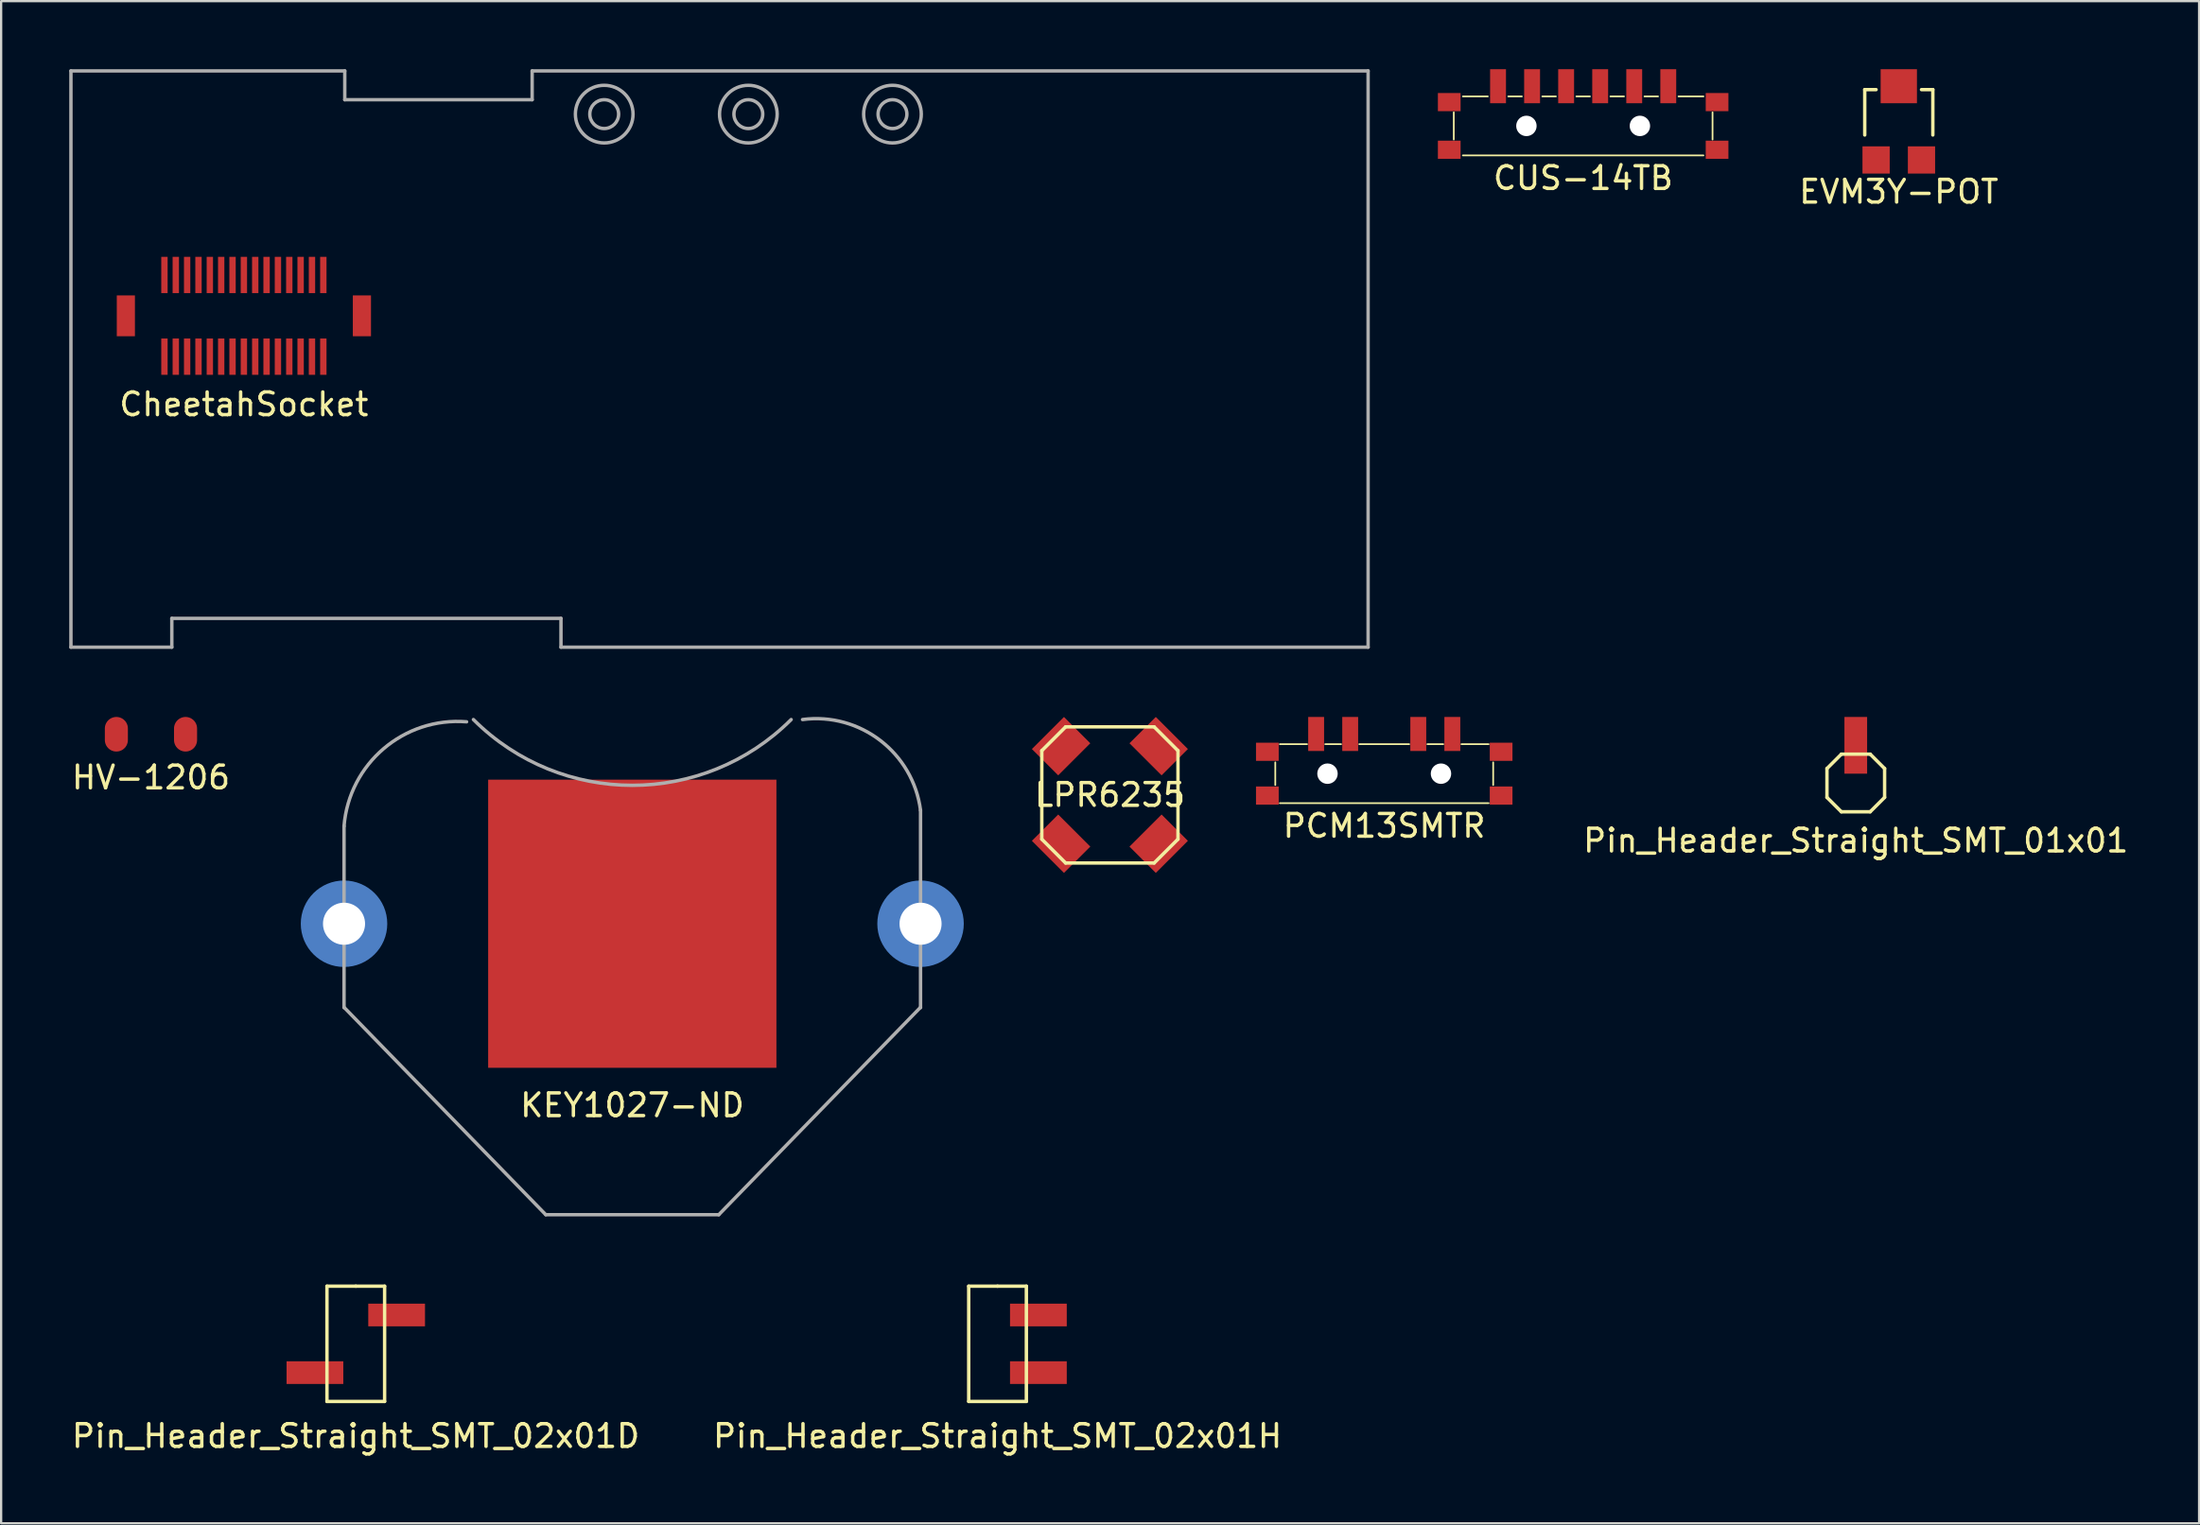
<source format=kicad_pcb>
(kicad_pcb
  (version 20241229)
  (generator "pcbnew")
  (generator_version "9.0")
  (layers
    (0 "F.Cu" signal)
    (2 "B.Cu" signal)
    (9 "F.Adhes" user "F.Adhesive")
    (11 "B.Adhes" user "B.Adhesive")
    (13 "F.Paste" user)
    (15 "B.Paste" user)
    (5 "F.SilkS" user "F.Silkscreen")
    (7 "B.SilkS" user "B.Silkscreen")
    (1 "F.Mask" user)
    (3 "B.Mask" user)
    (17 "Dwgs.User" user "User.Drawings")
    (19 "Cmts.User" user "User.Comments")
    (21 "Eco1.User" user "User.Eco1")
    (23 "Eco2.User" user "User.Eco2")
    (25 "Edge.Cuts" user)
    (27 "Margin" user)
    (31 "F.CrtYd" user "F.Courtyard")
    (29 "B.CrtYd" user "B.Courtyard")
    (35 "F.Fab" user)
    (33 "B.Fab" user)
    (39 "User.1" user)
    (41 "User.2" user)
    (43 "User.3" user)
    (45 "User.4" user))
  (footprint "Pin_Header_Straight_SMT_02x01D"
    (layer "F.Cu")
    (at 12.625 56.179)
    (property "Reference" "Pin_Header_Straight_SMT_02x01D" (at 0 4.064 0) (layer "F.SilkS") (effects (font (size 1 1) (thickness 0.15))))
    (attr smd)
    (fp_line (start -1.27 -2.54) (end -1.27 2.54) (stroke (width 0.15) (type solid)) (layer "F.SilkS"))
    (fp_line (start -1.27 2.54) (end 1.27 2.54) (stroke (width 0.15) (type solid)) (layer "F.SilkS"))
    (fp_line (start 0 -2.54) (end -1.27 -2.54) (stroke (width 0.15) (type solid)) (layer "F.SilkS"))
    (fp_line (start 1.27 -2.54) (end 0 -2.54) (stroke (width 0.15) (type solid)) (layer "F.SilkS"))
    (fp_line (start 1.27 2.54) (end 1.27 -2.54) (stroke (width 0.15) (type solid)) (layer "F.SilkS"))
    (pad "1" smd rect (at 1.8 -1.27) (size 2.5 1) (layers "F.Cu" "F.Mask" "F.Paste"))
    (pad "2" smd rect (at -1.8 1.27) (size 2.5 1) (layers "F.Cu" "F.Mask" "F.Paste")))
  (footprint "Pin_Header_Straight_SMT_01x01"
    (layer "F.Cu")
    (at 78.711 31.46)
    (property "Reference" "Pin_Header_Straight_SMT_01x01" (at 0 2.54 0) (layer "F.SilkS") (effects (font (size 1 1) (thickness 0.15))))
    (attr smd)
    (fp_line (start -1.27 0.635) (end -1.27 -0.635) (stroke (width 0.15) (type solid)) (layer "F.SilkS"))
    (fp_line (start -1.27 0.635) (end -0.635 1.27) (stroke (width 0.15) (type solid)) (layer "F.SilkS"))
    (fp_line (start -0.635 -1.27) (end -1.27 -0.635) (stroke (width 0.15) (type solid)) (layer "F.SilkS"))
    (fp_line (start -0.635 1.27) (end 0.635 1.27) (stroke (width 0.15) (type solid)) (layer "F.SilkS"))
    (fp_line (start 0.635 -1.27) (end -0.635 -1.27) (stroke (width 0.15) (type solid)) (layer "F.SilkS"))
    (fp_line (start 0.635 1.27) (end 1.27 0.635) (stroke (width 0.15) (type solid)) (layer "F.SilkS"))
    (fp_line (start 1.27 -0.635) (end 0.635 -1.27) (stroke (width 0.15) (type solid)) (layer "F.SilkS"))
    (fp_line (start 1.27 -0.635) (end 1.27 0.635) (stroke (width 0.15) (type solid)) (layer "F.SilkS"))
    (pad "1" smd rect (at 0 -1.66) (size 1 2.5) (layers "F.Cu" "F.Mask" "F.Paste")))
  (footprint "PCM13SMTR"
    (layer "F.Cu")
    (at 57.936 31.05)
    (property "Reference" "PCM13SMTR" (at 0 2.3 0) (layer "F.SilkS") (effects (font (size 1 1) (thickness 0.15))))
    (attr through_hole)
    (fp_line (start -4.8 0.5) (end -4.8 -0.5) (stroke (width 0.075) (type solid)) (layer "F.SilkS"))
    (fp_line (start -4.6 -1.3) (end -3.4 -1.3) (stroke (width 0.075) (type solid)) (layer "F.SilkS"))
    (fp_line (start -2.6 -1.3) (end -1.9 -1.3) (stroke (width 0.075) (type solid)) (layer "F.SilkS"))
    (fp_line (start 1.1 -1.3) (end -1.1 -1.3) (stroke (width 0.075) (type solid)) (layer "F.SilkS"))
    (fp_line (start 2.6 -1.3) (end 1.9 -1.3) (stroke (width 0.075) (type solid)) (layer "F.SilkS"))
    (fp_line (start 3.4 -1.3) (end 4.6 -1.3) (stroke (width 0.075) (type solid)) (layer "F.SilkS"))
    (fp_line (start 4.6 1.3) (end -4.6 1.3) (stroke (width 0.075) (type solid)) (layer "F.SilkS"))
    (fp_line (start 4.8 -0.5) (end 4.8 0.5) (stroke (width 0.075) (type solid)) (layer "F.SilkS"))
    (pad "" smd rect (at -5.15 -0.965) (size 1 0.8) (layers "F.Cu" "F.Mask" "F.Paste"))
    (pad "" smd rect (at -5.15 0.965) (size 1 0.8) (layers "F.Cu" "F.Mask" "F.Paste"))
    (pad "" np_thru_hole circle (at -2.5 0) (size 0.9 0.9) (drill 0.9) (layers "*.Cu" "*.Mask"))
    (pad "" np_thru_hole circle (at 2.5 0) (size 0.9 0.9) (drill 0.9) (layers "*.Cu" "*.Mask"))
    (pad "" smd rect (at 5.15 -0.965) (size 1 0.8) (layers "F.Cu" "F.Mask" "F.Paste"))
    (pad "" smd rect (at 5.15 0.965) (size 1 0.8) (layers "F.Cu" "F.Mask" "F.Paste"))
    (pad "1" smd rect (at -3 -1.75) (size 0.7 1.5) (layers "F.Cu" "F.Mask" "F.Paste"))
    (pad "2" smd rect (at -1.5 -1.75) (size 0.7 1.5) (layers "F.Cu" "F.Mask" "F.Paste"))
    (pad "3" smd rect (at 1.5 -1.75) (size 0.7 1.5) (layers "F.Cu" "F.Mask" "F.Paste"))
    (pad "4" smd rect (at 3 -1.75) (size 0.7 1.5) (layers "F.Cu" "F.Mask" "F.Paste")))
  (footprint "CheetahSocket"
    (layer "F.Cu")
    (at 7.695 10.87)
    (property "Reference" "CheetahSocket" (at 0 3.9 0) (layer "F.SilkS") (effects (font (size 1 1) (thickness 0.15))))
    (attr through_hole)
    (fp_line (start -7.62 14.605) (end -7.62 -10.795) (stroke (width 0.15) (type solid)) (layer "F.Fab"))
    (fp_line (start -3.175 13.335) (end 13.97 13.335) (stroke (width 0.15) (type solid)) (layer "F.Fab"))
    (fp_line (start -3.175 14.605) (end -7.62 14.605) (stroke (width 0.15) (type solid)) (layer "F.Fab"))
    (fp_line (start -3.175 14.605) (end -3.175 13.335) (stroke (width 0.15) (type solid)) (layer "F.Fab"))
    (fp_line (start 4.445 -10.795) (end -7.62 -10.795) (stroke (width 0.15) (type solid)) (layer "F.Fab"))
    (fp_line (start 4.445 -10.795) (end 4.445 -9.525) (stroke (width 0.15) (type solid)) (layer "F.Fab"))
    (fp_line (start 4.445 -9.525) (end 12.7 -9.525) (stroke (width 0.15) (type solid)) (layer "F.Fab"))
    (fp_line (start 12.7 -10.795) (end 49.53 -10.795) (stroke (width 0.15) (type solid)) (layer "F.Fab"))
    (fp_line (start 12.7 -9.525) (end 12.7 -10.795) (stroke (width 0.15) (type solid)) (layer "F.Fab"))
    (fp_line (start 13.97 13.335) (end 13.97 14.605) (stroke (width 0.15) (type solid)) (layer "F.Fab"))
    (fp_line (start 13.97 14.605) (end 49.53 14.605) (stroke (width 0.15) (type solid)) (layer "F.Fab"))
    (fp_line (start 49.53 -10.795) (end 49.53 14.605) (stroke (width 0.15) (type solid)) (layer "F.Fab"))
    (fp_circle (center 15.875 -8.89) (end 15.875 -8.255) (stroke (width 0.15) (type solid)) (fill no) (layer "F.Fab"))
    (fp_circle (center 15.875 -8.89) (end 15.875 -7.62) (stroke (width 0.15) (type solid)) (fill no) (layer "F.Fab"))
    (fp_circle (center 22.225 -8.89) (end 22.225 -8.255) (stroke (width 0.15) (type solid)) (fill no) (layer "F.Fab"))
    (fp_circle (center 22.225 -8.89) (end 22.225 -7.62) (stroke (width 0.15) (type solid)) (fill no) (layer "F.Fab"))
    (fp_circle (center 28.575 -8.89) (end 28.575 -8.255) (stroke (width 0.15) (type solid)) (fill no) (layer "F.Fab"))
    (fp_circle (center 28.575 -8.89) (end 28.575 -7.62) (stroke (width 0.15) (type solid)) (fill no) (layer "F.Fab"))
    (pad "" smd rect (at -5.2 0) (size 0.8 1.8) (layers "F.Cu" "F.Mask" "F.Paste"))
    (pad "" smd rect (at 5.2 0) (size 0.8 1.8) (layers "F.Cu" "F.Mask" "F.Paste"))
    (pad "1" smd rect (at -3.5 1.8) (size 0.28 1.6) (layers "F.Cu" "F.Mask" "F.Paste"))
    (pad "2" smd rect (at -3.5 -1.8) (size 0.28 1.6) (layers "F.Cu" "F.Mask" "F.Paste"))
    (pad "3" smd rect (at -3 1.8) (size 0.28 1.6) (layers "F.Cu" "F.Mask" "F.Paste"))
    (pad "4" smd rect (at -3 -1.8) (size 0.28 1.6) (layers "F.Cu" "F.Mask" "F.Paste"))
    (pad "5" smd rect (at -2.5 1.8) (size 0.28 1.6) (layers "F.Cu" "F.Mask" "F.Paste"))
    (pad "6" smd rect (at -2.5 -1.8) (size 0.28 1.6) (layers "F.Cu" "F.Mask" "F.Paste"))
    (pad "7" smd rect (at -2 1.8) (size 0.28 1.6) (layers "F.Cu" "F.Mask" "F.Paste"))
    (pad "8" smd rect (at -2 -1.8) (size 0.28 1.6) (layers "F.Cu" "F.Mask" "F.Paste"))
    (pad "9" smd rect (at -1.5 1.8) (size 0.28 1.6) (layers "F.Cu" "F.Mask" "F.Paste"))
    (pad "10" smd rect (at -1.5 -1.8) (size 0.28 1.6) (layers "F.Cu" "F.Mask" "F.Paste"))
    (pad "11" smd rect (at -1 1.8) (size 0.28 1.6) (layers "F.Cu" "F.Mask" "F.Paste"))
    (pad "12" smd rect (at -1 -1.8) (size 0.28 1.6) (layers "F.Cu" "F.Mask" "F.Paste"))
    (pad "13" smd rect (at -0.5 1.8) (size 0.28 1.6) (layers "F.Cu" "F.Mask" "F.Paste"))
    (pad "14" smd rect (at -0.5 -1.8) (size 0.28 1.6) (layers "F.Cu" "F.Mask" "F.Paste"))
    (pad "15" smd rect (at 0 1.8) (size 0.28 1.6) (layers "F.Cu" "F.Mask" "F.Paste"))
    (pad "16" smd rect (at 0 -1.8) (size 0.28 1.6) (layers "F.Cu" "F.Mask" "F.Paste"))
    (pad "17" smd rect (at 0.5 1.8) (size 0.28 1.6) (layers "F.Cu" "F.Mask" "F.Paste"))
    (pad "18" smd rect (at 0.5 -1.8) (size 0.28 1.6) (layers "F.Cu" "F.Mask" "F.Paste"))
    (pad "19" smd rect (at 1 1.8) (size 0.28 1.6) (layers "F.Cu" "F.Mask" "F.Paste"))
    (pad "20" smd rect (at 1 -1.8) (size 0.28 1.6) (layers "F.Cu" "F.Mask" "F.Paste"))
    (pad "21" smd rect (at 1.5 1.8) (size 0.28 1.6) (layers "F.Cu" "F.Mask" "F.Paste"))
    (pad "22" smd rect (at 1.5 -1.8) (size 0.28 1.6) (layers "F.Cu" "F.Mask" "F.Paste"))
    (pad "23" smd rect (at 2 1.8) (size 0.28 1.6) (layers "F.Cu" "F.Mask" "F.Paste"))
    (pad "24" smd rect (at 2 -1.8) (size 0.28 1.6) (layers "F.Cu" "F.Mask" "F.Paste"))
    (pad "25" smd rect (at 2.5 1.8) (size 0.28 1.6) (layers "F.Cu" "F.Mask" "F.Paste"))
    (pad "26" smd rect (at 2.5 -1.8) (size 0.28 1.6) (layers "F.Cu" "F.Mask" "F.Paste"))
    (pad "27" smd rect (at 3 1.8) (size 0.28 1.6) (layers "F.Cu" "F.Mask" "F.Paste"))
    (pad "28" smd rect (at 3 -1.8) (size 0.28 1.6) (layers "F.Cu" "F.Mask" "F.Paste"))
    (pad "29" smd rect (at 3.5 1.8) (size 0.28 1.6) (layers "F.Cu" "F.Mask" "F.Paste"))
    (pad "30" smd rect (at 3.5 -1.8) (size 0.28 1.6) (layers "F.Cu" "F.Mask" "F.Paste")))
  (footprint "Pin_Header_Straight_SMT_02x01H"
    (layer "F.Cu")
    (at 40.899 56.179)
    (property "Reference" "Pin_Header_Straight_SMT_02x01H" (at 0 4.064 0) (layer "F.SilkS") (effects (font (size 1 1) (thickness 0.15))))
    (attr smd)
    (fp_line (start -1.27 -2.54) (end -1.27 2.54) (stroke (width 0.15) (type solid)) (layer "F.SilkS"))
    (fp_line (start -1.27 2.54) (end 1.27 2.54) (stroke (width 0.15) (type solid)) (layer "F.SilkS"))
    (fp_line (start 0 -2.54) (end -1.27 -2.54) (stroke (width 0.15) (type solid)) (layer "F.SilkS"))
    (fp_line (start 1.27 -2.54) (end 0 -2.54) (stroke (width 0.15) (type solid)) (layer "F.SilkS"))
    (fp_line (start 1.27 2.54) (end 1.27 -2.54) (stroke (width 0.15) (type solid)) (layer "F.SilkS"))
    (pad "1" smd rect (at 1.8 -1.27) (size 2.5 1) (layers "F.Cu" "F.Mask" "F.Paste"))
    (pad "2" smd rect (at 1.8 1.27) (size 2.5 1) (layers "F.Cu" "F.Mask" "F.Paste")))
  (footprint "EVM3Y-POT"
    (layer "F.Cu")
    (at 80.606 2.4)
    (property "Reference" "EVM3Y-POT" (at 0 3 0) (layer "F.SilkS") (effects (font (size 1 1) (thickness 0.15))))
    (attr through_hole)
    (fp_line (start -1.5 -1.5) (end -1 -1.5) (stroke (width 0.15) (type solid)) (layer "F.SilkS"))
    (fp_line (start -1.5 0.5) (end -1.5 -1.5) (stroke (width 0.15) (type solid)) (layer "F.SilkS"))
    (fp_line (start 1 -1.5) (end 1.5 -1.5) (stroke (width 0.15) (type solid)) (layer "F.SilkS"))
    (fp_line (start 1.5 -1.5) (end 1.5 0.5) (stroke (width 0.15) (type solid)) (layer "F.SilkS"))
    (pad "1" smd rect (at -1 1.6) (size 1.2 1.2) (layers "F.Cu" "F.Mask" "F.Paste"))
    (pad "2" smd rect (at 0 -1.65) (size 1.6 1.5) (layers "F.Cu" "F.Mask" "F.Paste"))
    (pad "3" smd rect (at 1 1.6) (size 1.2 1.2) (layers "F.Cu" "F.Mask" "F.Paste")))
  (footprint "HV-1206"
    (layer "F.Cu")
    (at 3.601 29.312)
    (property "Reference" "HV-1206" (at 0 1.905 0) (layer "F.SilkS") (effects (font (size 1 1) (thickness 0.15))))
    (attr through_hole)
    (pad "1" smd oval (at -1.524 0) (size 1.016 1.524) (layers "F.Cu" "F.Mask" "F.Paste"))
    (pad "2" smd oval (at 1.524 0) (size 1.016 1.524) (layers "F.Cu" "F.Mask" "F.Paste")))
  (footprint "CUS-14TB"
    (layer "F.Cu")
    (at 66.7 2.5)
    (property "Reference" "CUS-14TB" (at 0 2.3 0) (layer "F.SilkS") (effects (font (size 1 1) (thickness 0.15))))
    (attr through_hole)
    (fp_line (start -5.7 0.6) (end -5.7 -0.6) (stroke (width 0.075) (type solid)) (layer "F.SilkS"))
    (fp_line (start -5.3 -1.3) (end -4.2 -1.3) (stroke (width 0.075) (type solid)) (layer "F.SilkS"))
    (fp_line (start -5.3 1.3) (end 5.3 1.3) (stroke (width 0.075) (type solid)) (layer "F.SilkS"))
    (fp_line (start -3.3 -1.3) (end -2.7 -1.3) (stroke (width 0.075) (type solid)) (layer "F.SilkS"))
    (fp_line (start -1.8 -1.3) (end -1.2 -1.3) (stroke (width 0.075) (type solid)) (layer "F.SilkS"))
    (fp_line (start -0.3 -1.3) (end 0.3 -1.3) (stroke (width 0.075) (type solid)) (layer "F.SilkS"))
    (fp_line (start 1.2 -1.3) (end 1.8 -1.3) (stroke (width 0.075) (type solid)) (layer "F.SilkS"))
    (fp_line (start 3.3 -1.3) (end 2.7 -1.3) (stroke (width 0.075) (type solid)) (layer "F.SilkS"))
    (fp_line (start 5.3 -1.3) (end 4.2 -1.3) (stroke (width 0.075) (type solid)) (layer "F.SilkS"))
    (fp_line (start 5.7 -0.6) (end 5.7 0.6) (stroke (width 0.075) (type solid)) (layer "F.SilkS"))
    (pad "" smd rect (at -5.9 -1.05) (size 1 0.8) (layers "F.Cu" "F.Mask" "F.Paste"))
    (pad "" smd rect (at -5.9 1.05) (size 1 0.8) (layers "F.Cu" "F.Mask" "F.Paste"))
    (pad "" np_thru_hole circle (at -2.5 0) (size 0.9 0.9) (drill 0.9) (layers "*.Cu" "*.Mask"))
    (pad "" np_thru_hole circle (at 2.5 0) (size 0.9 0.9) (drill 0.9) (layers "*.Cu" "*.Mask"))
    (pad "" smd rect (at 5.9 -1.05) (size 1 0.8) (layers "F.Cu" "F.Mask" "F.Paste"))
    (pad "" smd rect (at 5.9 1.05) (size 1 0.8) (layers "F.Cu" "F.Mask" "F.Paste"))
    (pad "1" smd rect (at -3.75 -1.75) (size 0.7 1.5) (layers "F.Cu" "F.Mask" "F.Paste"))
    (pad "2" smd rect (at -2.25 -1.75) (size 0.7 1.5) (layers "F.Cu" "F.Mask" "F.Paste"))
    (pad "3" smd rect (at -0.75 -1.75) (size 0.7 1.5) (layers "F.Cu" "F.Mask" "F.Paste"))
    (pad "4" smd rect (at 0.75 -1.75) (size 0.7 1.5) (layers "F.Cu" "F.Mask" "F.Paste"))
    (pad "5" smd rect (at 2.25 -1.75) (size 0.7 1.5) (layers "F.Cu" "F.Mask" "F.Paste"))
    (pad "6" smd rect (at 3.75 -1.75) (size 0.7 1.5) (layers "F.Cu" "F.Mask" "F.Paste")))
  (footprint "KEY1027-ND"
    (placed yes)
    (layer "F.Cu")
    (at 24.807 37.664)
    (property "Reference" "KEY1027-ND" (at 0 8 0) (layer "F.SilkS") (effects (font (size 1 1) (thickness 0.15))))
    (attr through_hole)
    (fp_line (start -12.7 -4.3) (end -12.7 3.7) (stroke (width 0.15) (type solid)) (layer "F.Fab"))
    (fp_line (start -12.7 3.683) (end -3.81 12.825) (stroke (width 0.15) (type solid)) (layer "F.Fab"))
    (fp_line (start -3.81 12.825) (end 3.81 12.825) (stroke (width 0.15) (type solid)) (layer "F.Fab"))
    (fp_line (start 3.81 12.825) (end 12.7 3.683) (stroke (width 0.15) (type solid)) (layer "F.Fab"))
    (fp_line (start 12.7 3.7) (end 12.7 -5) (stroke (width 0.15) (type solid)) (layer "F.Fab"))
    (fp_arc (start -12.7 -4.3) (mid -10.952691 -7.718377) (end -7.3 -8.9) (stroke (width 0.15) (type solid)) (layer "F.Fab"))
    (fp_arc (start 7 -9) (mid 0 -6.100505) (end -7 -9) (stroke (width 0.15) (type solid)) (layer "F.Fab"))
    (fp_arc (start 7.5 -9) (mid 10.928427 -8.076955) (end 12.7 -5) (stroke (width 0.15) (type solid)) (layer "F.Fab"))
    (pad "" np_thru_hole circle (at -12.7 0) (size 1.854 1.854) (drill 1.854) (layers "*.Cu" "*.Mask"))
    (pad "" smd circle (at -12.7 0) (size 3.81 3.81) (layers "B.Cu" "B.Mask"))
    (pad "" np_thru_hole circle (at 12.7 0) (size 1.854 1.854) (drill 1.854) (layers "*.Cu" "*.Mask"))
    (pad "" smd circle (at 12.7 0) (size 3.81 3.81) (layers "B.Cu" "B.Mask"))
    (pad "1" smd circle (at -12.192 -1.27) (size 1.016 1.016) (layers "B.Cu" "B.Mask"))
    (pad "1" smd circle (at 12.192 -1.27) (size 1.016 1.016) (layers "B.Cu" "B.Mask"))
    (pad "2" smd rect (at 0 0) (size 12.7 12.7) (layers "F.Cu" "F.Mask")))
  (footprint "LPR6235"
    (layer "F.Cu")
    (at 45.849 31.987)
    (property "Reference" "LPR6235" (at 0 0 0) (layer "F.SilkS") (effects (font (size 1 1) (thickness 0.15))))
    (attr through_hole)
    (fp_line (start -3 -1.95) (end -3 1.95) (stroke (width 0.15) (type solid)) (layer "F.SilkS"))
    (fp_line (start -3 1.95) (end -1.95 3) (stroke (width 0.15) (type solid)) (layer "F.SilkS"))
    (fp_line (start -1.95 -3) (end -3 -1.95) (stroke (width 0.15) (type solid)) (layer "F.SilkS"))
    (fp_line (start -1.95 3) (end 1.95 3) (stroke (width 0.15) (type solid)) (layer "F.SilkS"))
    (fp_line (start 1.95 -3) (end -1.95 -3) (stroke (width 0.15) (type solid)) (layer "F.SilkS"))
    (fp_line (start 1.95 3) (end 3 1.95) (stroke (width 0.15) (type solid)) (layer "F.SilkS"))
    (fp_line (start 3 -1.95) (end 1.95 -3) (stroke (width 0.15) (type solid)) (layer "F.SilkS"))
    (fp_line (start 3 1.95) (end 3 -1.95) (stroke (width 0.15) (type solid)) (layer "F.SilkS"))
    (pad "1" smd trapezoid (at -2.15 -2.15 45) (size 2 1.64) (layers "F.Cu" "F.Mask" "F.Paste"))
    (pad "2" smd trapezoid (at -2.15 2.15 135) (size 2 1.64) (layers "F.Cu" "F.Mask" "F.Paste"))
    (pad "3" smd trapezoid (at 2.15 2.15 225) (size 2 1.64) (layers "F.Cu" "F.Mask" "F.Paste"))
    (pad "4" smd trapezoid (at 2.15 -2.15 315) (size 2 1.64) (layers "F.Cu" "F.Mask" "F.Paste")))
  (gr_rect
    (start -3 -3)
    (end 93.836 64.091)
    (stroke (width 0.1) (type default))
    (fill no)
    (layer "Edge.Cuts")))
</source>
